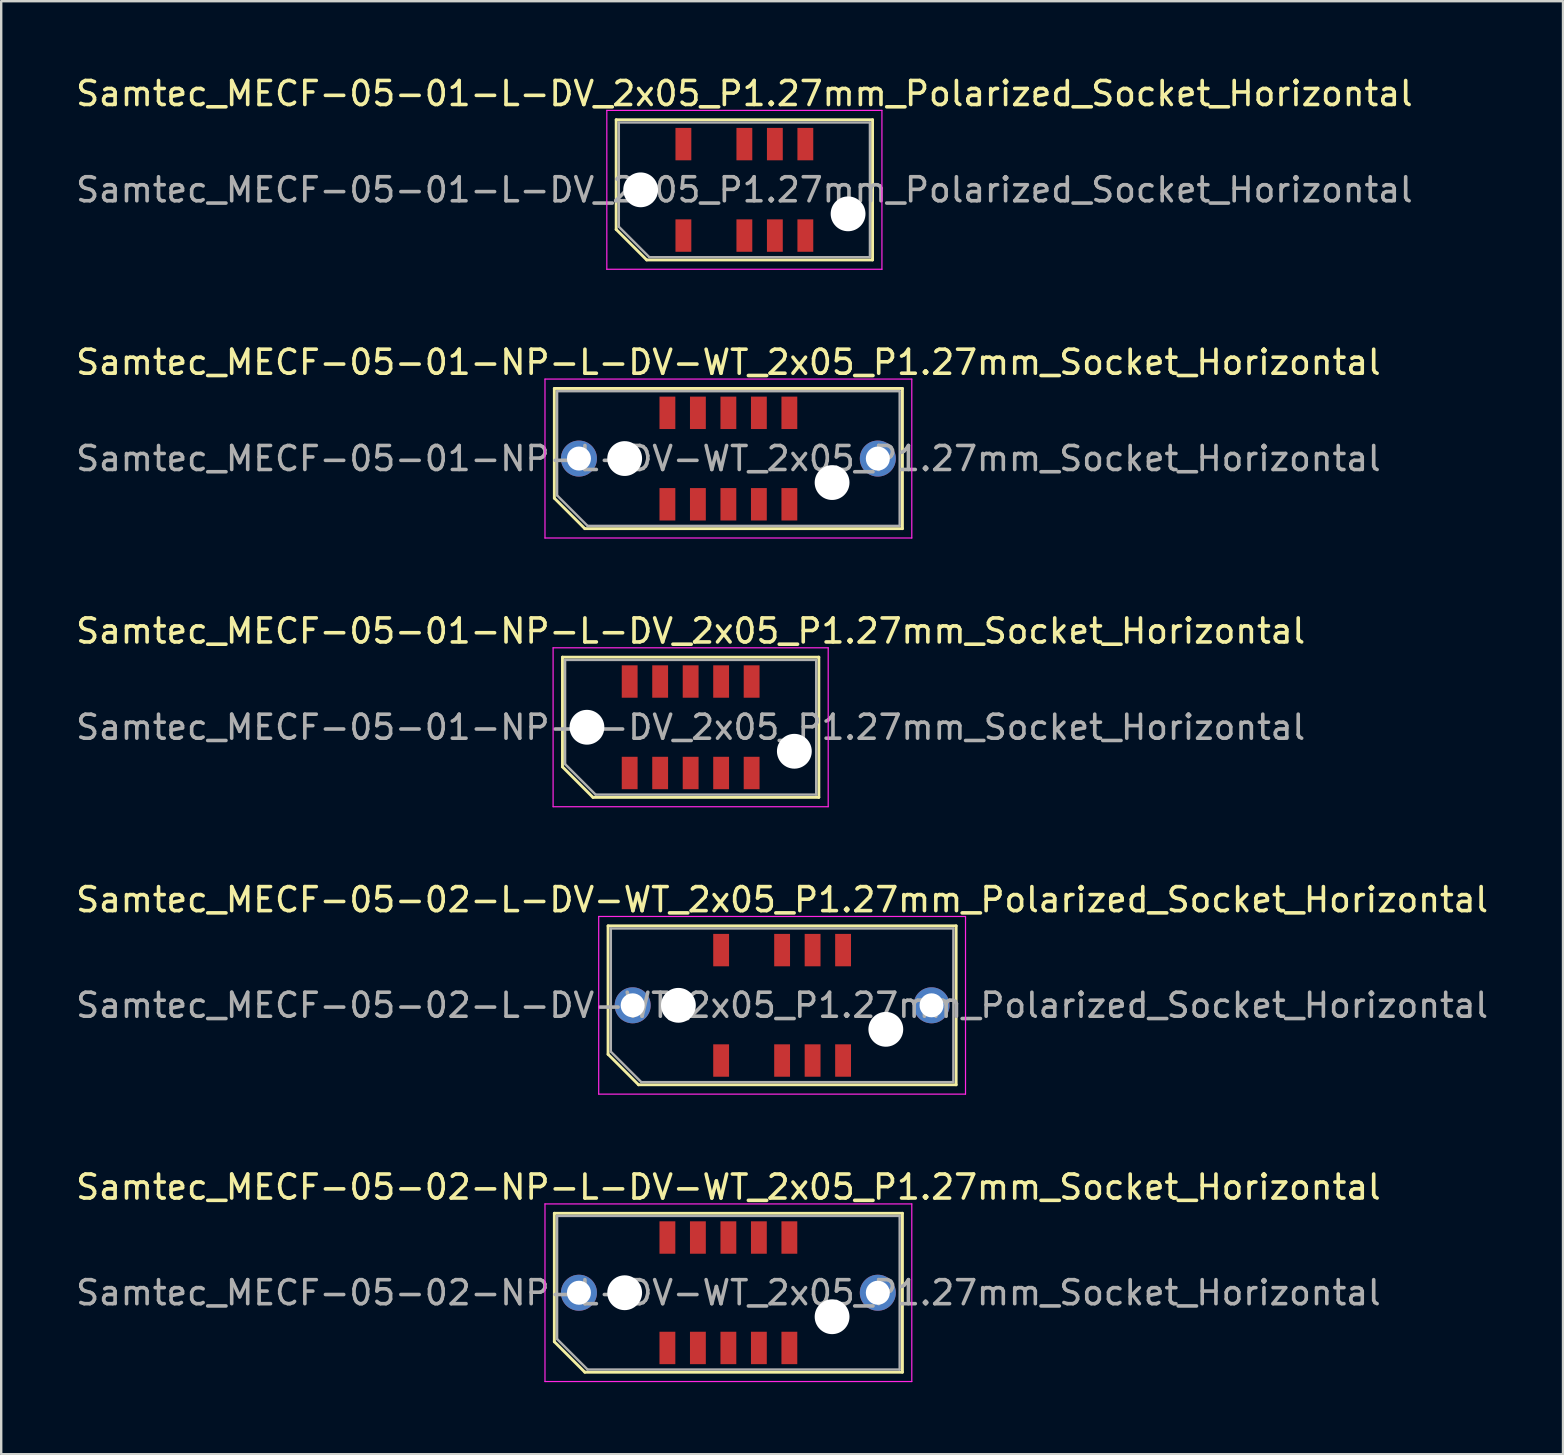
<source format=kicad_pcb>
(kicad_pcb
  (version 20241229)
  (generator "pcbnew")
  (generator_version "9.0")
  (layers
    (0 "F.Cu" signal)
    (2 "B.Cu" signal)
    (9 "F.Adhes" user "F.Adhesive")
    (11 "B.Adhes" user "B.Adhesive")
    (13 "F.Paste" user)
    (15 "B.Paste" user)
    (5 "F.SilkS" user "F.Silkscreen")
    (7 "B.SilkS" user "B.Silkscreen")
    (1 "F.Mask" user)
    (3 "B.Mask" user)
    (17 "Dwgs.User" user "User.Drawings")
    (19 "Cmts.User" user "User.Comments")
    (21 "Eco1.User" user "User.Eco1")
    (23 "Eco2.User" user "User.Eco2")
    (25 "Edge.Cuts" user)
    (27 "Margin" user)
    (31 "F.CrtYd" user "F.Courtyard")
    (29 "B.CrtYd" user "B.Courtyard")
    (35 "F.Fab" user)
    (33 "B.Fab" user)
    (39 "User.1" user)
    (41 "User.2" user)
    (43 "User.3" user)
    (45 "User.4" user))
  (footprint "Samtec_MECF-05-01-L-DV_2x05_P1.27mm_Polarized_Socket_Horizontal"
    (layer "F.Cu")
    (at 27.958 4.858)
    (property "Reference" "Samtec_MECF-05-01-L-DV_2x05_P1.27mm_Polarized_Socket_Horizontal" (at 0 -4.01 0) (layer "F.SilkS") (effects (font (size 1 1) (thickness 0.15))))
    (attr smd)
    (fp_line (start -5.34 -2.92) (end 5.34 -2.92) (stroke (width 0.12) (type solid)) (layer "F.SilkS"))
    (fp_line (start -5.34 1.65) (end -5.34 -2.92) (stroke (width 0.12) (type solid)) (layer "F.SilkS"))
    (fp_line (start -4.07 2.92) (end -5.34 1.65) (stroke (width 0.12) (type solid)) (layer "F.SilkS"))
    (fp_line (start -4.07 2.92) (end 5.34 2.92) (stroke (width 0.12) (type solid)) (layer "F.SilkS"))
    (fp_line (start 5.34 2.92) (end 5.34 -2.92) (stroke (width 0.12) (type solid)) (layer "F.SilkS"))
    (fp_line (start -5.73 -3.31) (end -5.73 3.31) (stroke (width 0.05) (type solid)) (layer "F.CrtYd"))
    (fp_line (start -5.73 3.31) (end 5.73 3.31) (stroke (width 0.05) (type solid)) (layer "F.CrtYd"))
    (fp_line (start 5.73 -3.31) (end -5.73 -3.31) (stroke (width 0.05) (type solid)) (layer "F.CrtYd"))
    (fp_line (start 5.73 3.31) (end 5.73 -3.31) (stroke (width 0.05) (type solid)) (layer "F.CrtYd"))
    (fp_line (start -5.23 -2.805) (end 5.23 -2.805) (stroke (width 0.1) (type solid)) (layer "F.Fab"))
    (fp_line (start -5.23 1.535) (end -5.23 -2.805) (stroke (width 0.1) (type solid)) (layer "F.Fab"))
    (fp_line (start -5.23 1.535) (end -3.96 2.805) (stroke (width 0.1) (type solid)) (layer "F.Fab"))
    (fp_line (start -3.96 2.805) (end 5.23 2.805) (stroke (width 0.1) (type solid)) (layer "F.Fab"))
    (fp_line (start 5.23 2.805) (end 5.23 -2.805) (stroke (width 0.1) (type solid)) (layer "F.Fab"))
    (fp_text user "${REFERENCE}" (at 0 0 0) (layer "F.Fab") (effects (font (size 1 1) (thickness 0.15))))
    (pad "" np_thru_hole circle (at -4.32 0) (size 1.45 1.45) (drill 1.45) (layers "*.Cu" "*.Mask"))
    (pad "" np_thru_hole circle (at 4.32 1) (size 1.45 1.45) (drill 1.45) (layers "*.Cu" "*.Mask"))
    (pad "1" smd rect (at -2.54 1.905) (size 0.66 1.35) (layers "F.Cu" "F.Mask" "F.Paste"))
    (pad "2" smd rect (at -2.54 -1.905) (size 0.66 1.35) (layers "F.Cu" "F.Mask" "F.Paste"))
    (pad "5" smd rect (at 0 1.905) (size 0.66 1.35) (layers "F.Cu" "F.Mask" "F.Paste"))
    (pad "6" smd rect (at 0 -1.905) (size 0.66 1.35) (layers "F.Cu" "F.Mask" "F.Paste"))
    (pad "7" smd rect (at 1.27 1.905) (size 0.66 1.35) (layers "F.Cu" "F.Mask" "F.Paste"))
    (pad "8" smd rect (at 1.27 -1.905) (size 0.66 1.35) (layers "F.Cu" "F.Mask" "F.Paste"))
    (pad "9" smd rect (at 2.54 1.905) (size 0.66 1.35) (layers "F.Cu" "F.Mask" "F.Paste"))
    (pad "10" smd rect (at 2.54 -1.905) (size 0.66 1.35) (layers "F.Cu" "F.Mask" "F.Paste")))
  (footprint "Samtec_MECF-05-01-NP-L-DV-WT_2x05_P1.27mm_Socket_Horizontal"
    (layer "F.Cu")
    (at 27.292 16.052)
    (property "Reference" "Samtec_MECF-05-01-NP-L-DV-WT_2x05_P1.27mm_Socket_Horizontal" (at 0 -4.01 0) (layer "F.SilkS") (effects (font (size 1 1) (thickness 0.15))))
    (attr smd)
    (fp_line (start -7.25 -2.92) (end 7.25 -2.92) (stroke (width 0.12) (type solid)) (layer "F.SilkS"))
    (fp_line (start -7.25 1.65) (end -7.25 -2.92) (stroke (width 0.12) (type solid)) (layer "F.SilkS"))
    (fp_line (start -5.98 2.92) (end -7.25 1.65) (stroke (width 0.12) (type solid)) (layer "F.SilkS"))
    (fp_line (start -5.98 2.92) (end 7.25 2.92) (stroke (width 0.12) (type solid)) (layer "F.SilkS"))
    (fp_line (start 7.25 2.92) (end 7.25 -2.92) (stroke (width 0.12) (type solid)) (layer "F.SilkS"))
    (fp_line (start -7.64 -3.31) (end -7.64 3.31) (stroke (width 0.05) (type solid)) (layer "F.CrtYd"))
    (fp_line (start -7.64 3.31) (end 7.64 3.31) (stroke (width 0.05) (type solid)) (layer "F.CrtYd"))
    (fp_line (start 7.64 -3.31) (end -7.64 -3.31) (stroke (width 0.05) (type solid)) (layer "F.CrtYd"))
    (fp_line (start 7.64 3.31) (end 7.64 -3.31) (stroke (width 0.05) (type solid)) (layer "F.CrtYd"))
    (fp_line (start -7.135 -2.805) (end 7.135 -2.805) (stroke (width 0.1) (type solid)) (layer "F.Fab"))
    (fp_line (start -7.135 1.535) (end -7.135 -2.805) (stroke (width 0.1) (type solid)) (layer "F.Fab"))
    (fp_line (start -7.135 1.535) (end -5.865 2.805) (stroke (width 0.1) (type solid)) (layer "F.Fab"))
    (fp_line (start -5.865 2.805) (end 7.135 2.805) (stroke (width 0.1) (type solid)) (layer "F.Fab"))
    (fp_line (start 7.135 2.805) (end 7.135 -2.805) (stroke (width 0.1) (type solid)) (layer "F.Fab"))
    (fp_text user "${REFERENCE}" (at 0 0 0) (layer "F.Fab") (effects (font (size 1 1) (thickness 0.15))))
    (pad "" thru_hole circle (at -6.225 0) (size 1.5 1.5) (drill 1) (layers "*.Cu" "*.Mask"))
    (pad "" np_thru_hole circle (at -4.32 0) (size 1.45 1.45) (drill 1.45) (layers "*.Cu" "*.Mask"))
    (pad "" np_thru_hole circle (at 4.32 1) (size 1.45 1.45) (drill 1.45) (layers "*.Cu" "*.Mask"))
    (pad "" thru_hole circle (at 6.225 0) (size 1.5 1.5) (drill 1) (layers "*.Cu" "*.Mask"))
    (pad "1" smd rect (at -2.54 1.905) (size 0.66 1.35) (layers "F.Cu" "F.Mask" "F.Paste"))
    (pad "2" smd rect (at -2.54 -1.905) (size 0.66 1.35) (layers "F.Cu" "F.Mask" "F.Paste"))
    (pad "3" smd rect (at -1.27 1.905) (size 0.66 1.35) (layers "F.Cu" "F.Mask" "F.Paste"))
    (pad "4" smd rect (at -1.27 -1.905) (size 0.66 1.35) (layers "F.Cu" "F.Mask" "F.Paste"))
    (pad "5" smd rect (at 0 1.905) (size 0.66 1.35) (layers "F.Cu" "F.Mask" "F.Paste"))
    (pad "6" smd rect (at 0 -1.905) (size 0.66 1.35) (layers "F.Cu" "F.Mask" "F.Paste"))
    (pad "7" smd rect (at 1.27 1.905) (size 0.66 1.35) (layers "F.Cu" "F.Mask" "F.Paste"))
    (pad "8" smd rect (at 1.27 -1.905) (size 0.66 1.35) (layers "F.Cu" "F.Mask" "F.Paste"))
    (pad "9" smd rect (at 2.54 1.905) (size 0.66 1.35) (layers "F.Cu" "F.Mask" "F.Paste"))
    (pad "10" smd rect (at 2.54 -1.905) (size 0.66 1.35) (layers "F.Cu" "F.Mask" "F.Paste")))
  (footprint "Samtec_MECF-05-02-NP-L-DV-WT_2x05_P1.27mm_Socket_Horizontal"
    (layer "F.Cu")
    (at 27.292 50.801)
    (property "Reference" "Samtec_MECF-05-02-NP-L-DV-WT_2x05_P1.27mm_Socket_Horizontal" (at 0 -4.4 0) (layer "F.SilkS") (effects (font (size 1 1) (thickness 0.15))))
    (attr smd)
    (fp_line (start -7.25 -3.31) (end 7.25 -3.31) (stroke (width 0.12) (type solid)) (layer "F.SilkS"))
    (fp_line (start -7.25 2.04) (end -7.25 -3.31) (stroke (width 0.12) (type solid)) (layer "F.SilkS"))
    (fp_line (start -5.98 3.31) (end -7.25 2.04) (stroke (width 0.12) (type solid)) (layer "F.SilkS"))
    (fp_line (start -5.98 3.31) (end 7.25 3.31) (stroke (width 0.12) (type solid)) (layer "F.SilkS"))
    (fp_line (start 7.25 3.31) (end 7.25 -3.31) (stroke (width 0.12) (type solid)) (layer "F.SilkS"))
    (fp_line (start -7.64 -3.7) (end -7.64 3.7) (stroke (width 0.05) (type solid)) (layer "F.CrtYd"))
    (fp_line (start -7.64 3.7) (end 7.64 3.7) (stroke (width 0.05) (type solid)) (layer "F.CrtYd"))
    (fp_line (start 7.64 -3.7) (end -7.64 -3.7) (stroke (width 0.05) (type solid)) (layer "F.CrtYd"))
    (fp_line (start 7.64 3.7) (end 7.64 -3.7) (stroke (width 0.05) (type solid)) (layer "F.CrtYd"))
    (fp_line (start -7.135 -3.2) (end 7.135 -3.2) (stroke (width 0.1) (type solid)) (layer "F.Fab"))
    (fp_line (start -7.135 1.93) (end -7.135 -3.2) (stroke (width 0.1) (type solid)) (layer "F.Fab"))
    (fp_line (start -7.135 1.93) (end -5.865 3.2) (stroke (width 0.1) (type solid)) (layer "F.Fab"))
    (fp_line (start -5.865 3.2) (end 7.135 3.2) (stroke (width 0.1) (type solid)) (layer "F.Fab"))
    (fp_line (start 7.135 3.2) (end 7.135 -3.2) (stroke (width 0.1) (type solid)) (layer "F.Fab"))
    (fp_text user "${REFERENCE}" (at 0 0 0) (layer "F.Fab") (effects (font (size 1 1) (thickness 0.15))))
    (pad "" thru_hole circle (at -6.225 0) (size 1.5 1.5) (drill 1) (layers "*.Cu" "*.Mask"))
    (pad "" np_thru_hole circle (at -4.32 0) (size 1.45 1.45) (drill 1.45) (layers "*.Cu" "*.Mask"))
    (pad "" np_thru_hole circle (at 4.32 1) (size 1.45 1.45) (drill 1.45) (layers "*.Cu" "*.Mask"))
    (pad "" thru_hole circle (at 6.225 0) (size 1.5 1.5) (drill 1) (layers "*.Cu" "*.Mask"))
    (pad "1" smd rect (at -2.54 2.3) (size 0.66 1.35) (layers "F.Cu" "F.Mask" "F.Paste"))
    (pad "2" smd rect (at -2.54 -2.3) (size 0.66 1.35) (layers "F.Cu" "F.Mask" "F.Paste"))
    (pad "3" smd rect (at -1.27 2.3) (size 0.66 1.35) (layers "F.Cu" "F.Mask" "F.Paste"))
    (pad "4" smd rect (at -1.27 -2.3) (size 0.66 1.35) (layers "F.Cu" "F.Mask" "F.Paste"))
    (pad "5" smd rect (at 0 2.3) (size 0.66 1.35) (layers "F.Cu" "F.Mask" "F.Paste"))
    (pad "6" smd rect (at 0 -2.3) (size 0.66 1.35) (layers "F.Cu" "F.Mask" "F.Paste"))
    (pad "7" smd rect (at 1.27 2.3) (size 0.66 1.35) (layers "F.Cu" "F.Mask" "F.Paste"))
    (pad "8" smd rect (at 1.27 -2.3) (size 0.66 1.35) (layers "F.Cu" "F.Mask" "F.Paste"))
    (pad "9" smd rect (at 2.54 2.3) (size 0.66 1.35) (layers "F.Cu" "F.Mask" "F.Paste"))
    (pad "10" smd rect (at 2.54 -2.3) (size 0.66 1.35) (layers "F.Cu" "F.Mask" "F.Paste")))
  (footprint "Samtec_MECF-05-02-L-DV-WT_2x05_P1.27mm_Polarized_Socket_Horizontal"
    (layer "F.Cu")
    (at 29.53 38.828)
    (property "Reference" "Samtec_MECF-05-02-L-DV-WT_2x05_P1.27mm_Polarized_Socket_Horizontal" (at 0 -4.4 0) (layer "F.SilkS") (effects (font (size 1 1) (thickness 0.15))))
    (attr smd)
    (fp_line (start -7.25 -3.31) (end 7.25 -3.31) (stroke (width 0.12) (type solid)) (layer "F.SilkS"))
    (fp_line (start -7.25 2.04) (end -7.25 -3.31) (stroke (width 0.12) (type solid)) (layer "F.SilkS"))
    (fp_line (start -5.98 3.31) (end -7.25 2.04) (stroke (width 0.12) (type solid)) (layer "F.SilkS"))
    (fp_line (start -5.98 3.31) (end 7.25 3.31) (stroke (width 0.12) (type solid)) (layer "F.SilkS"))
    (fp_line (start 7.25 3.31) (end 7.25 -3.31) (stroke (width 0.12) (type solid)) (layer "F.SilkS"))
    (fp_line (start -7.64 -3.7) (end -7.64 3.7) (stroke (width 0.05) (type solid)) (layer "F.CrtYd"))
    (fp_line (start -7.64 3.7) (end 7.64 3.7) (stroke (width 0.05) (type solid)) (layer "F.CrtYd"))
    (fp_line (start 7.64 -3.7) (end -7.64 -3.7) (stroke (width 0.05) (type solid)) (layer "F.CrtYd"))
    (fp_line (start 7.64 3.7) (end 7.64 -3.7) (stroke (width 0.05) (type solid)) (layer "F.CrtYd"))
    (fp_line (start -7.135 -3.2) (end 7.135 -3.2) (stroke (width 0.1) (type solid)) (layer "F.Fab"))
    (fp_line (start -7.135 1.93) (end -7.135 -3.2) (stroke (width 0.1) (type solid)) (layer "F.Fab"))
    (fp_line (start -7.135 1.93) (end -5.865 3.2) (stroke (width 0.1) (type solid)) (layer "F.Fab"))
    (fp_line (start -5.865 3.2) (end 7.135 3.2) (stroke (width 0.1) (type solid)) (layer "F.Fab"))
    (fp_line (start 7.135 3.2) (end 7.135 -3.2) (stroke (width 0.1) (type solid)) (layer "F.Fab"))
    (fp_text user "${REFERENCE}" (at 0 0 0) (layer "F.Fab") (effects (font (size 1 1) (thickness 0.15))))
    (pad "" thru_hole circle (at -6.225 0) (size 1.5 1.5) (drill 1) (layers "*.Cu" "*.Mask"))
    (pad "" np_thru_hole circle (at -4.32 0) (size 1.45 1.45) (drill 1.45) (layers "*.Cu" "*.Mask"))
    (pad "" np_thru_hole circle (at 4.32 1) (size 1.45 1.45) (drill 1.45) (layers "*.Cu" "*.Mask"))
    (pad "" thru_hole circle (at 6.225 0) (size 1.5 1.5) (drill 1) (layers "*.Cu" "*.Mask"))
    (pad "1" smd rect (at -2.54 2.3) (size 0.66 1.35) (layers "F.Cu" "F.Mask" "F.Paste"))
    (pad "2" smd rect (at -2.54 -2.3) (size 0.66 1.35) (layers "F.Cu" "F.Mask" "F.Paste"))
    (pad "5" smd rect (at 0 2.3) (size 0.66 1.35) (layers "F.Cu" "F.Mask" "F.Paste"))
    (pad "6" smd rect (at 0 -2.3) (size 0.66 1.35) (layers "F.Cu" "F.Mask" "F.Paste"))
    (pad "7" smd rect (at 1.27 2.3) (size 0.66 1.35) (layers "F.Cu" "F.Mask" "F.Paste"))
    (pad "8" smd rect (at 1.27 -2.3) (size 0.66 1.35) (layers "F.Cu" "F.Mask" "F.Paste"))
    (pad "9" smd rect (at 2.54 2.3) (size 0.66 1.35) (layers "F.Cu" "F.Mask" "F.Paste"))
    (pad "10" smd rect (at 2.54 -2.3) (size 0.66 1.35) (layers "F.Cu" "F.Mask" "F.Paste")))
  (footprint "Samtec_MECF-05-01-NP-L-DV_2x05_P1.27mm_Socket_Horizontal"
    (layer "F.Cu")
    (at 25.72 27.245)
    (property "Reference" "Samtec_MECF-05-01-NP-L-DV_2x05_P1.27mm_Socket_Horizontal" (at 0 -4.01 0) (layer "F.SilkS") (effects (font (size 1 1) (thickness 0.15))))
    (attr smd)
    (fp_line (start -5.34 -2.92) (end 5.34 -2.92) (stroke (width 0.12) (type solid)) (layer "F.SilkS"))
    (fp_line (start -5.34 1.65) (end -5.34 -2.92) (stroke (width 0.12) (type solid)) (layer "F.SilkS"))
    (fp_line (start -4.07 2.92) (end -5.34 1.65) (stroke (width 0.12) (type solid)) (layer "F.SilkS"))
    (fp_line (start -4.07 2.92) (end 5.34 2.92) (stroke (width 0.12) (type solid)) (layer "F.SilkS"))
    (fp_line (start 5.34 2.92) (end 5.34 -2.92) (stroke (width 0.12) (type solid)) (layer "F.SilkS"))
    (fp_line (start -5.73 -3.31) (end -5.73 3.31) (stroke (width 0.05) (type solid)) (layer "F.CrtYd"))
    (fp_line (start -5.73 3.31) (end 5.73 3.31) (stroke (width 0.05) (type solid)) (layer "F.CrtYd"))
    (fp_line (start 5.73 -3.31) (end -5.73 -3.31) (stroke (width 0.05) (type solid)) (layer "F.CrtYd"))
    (fp_line (start 5.73 3.31) (end 5.73 -3.31) (stroke (width 0.05) (type solid)) (layer "F.CrtYd"))
    (fp_line (start -5.23 -2.805) (end 5.23 -2.805) (stroke (width 0.1) (type solid)) (layer "F.Fab"))
    (fp_line (start -5.23 1.535) (end -5.23 -2.805) (stroke (width 0.1) (type solid)) (layer "F.Fab"))
    (fp_line (start -5.23 1.535) (end -3.96 2.805) (stroke (width 0.1) (type solid)) (layer "F.Fab"))
    (fp_line (start -3.96 2.805) (end 5.23 2.805) (stroke (width 0.1) (type solid)) (layer "F.Fab"))
    (fp_line (start 5.23 2.805) (end 5.23 -2.805) (stroke (width 0.1) (type solid)) (layer "F.Fab"))
    (fp_text user "${REFERENCE}" (at 0 0 0) (layer "F.Fab") (effects (font (size 1 1) (thickness 0.15))))
    (pad "" np_thru_hole circle (at -4.32 0) (size 1.45 1.45) (drill 1.45) (layers "*.Cu" "*.Mask"))
    (pad "" np_thru_hole circle (at 4.32 1) (size 1.45 1.45) (drill 1.45) (layers "*.Cu" "*.Mask"))
    (pad "1" smd rect (at -2.54 1.905) (size 0.66 1.35) (layers "F.Cu" "F.Mask" "F.Paste"))
    (pad "2" smd rect (at -2.54 -1.905) (size 0.66 1.35) (layers "F.Cu" "F.Mask" "F.Paste"))
    (pad "3" smd rect (at -1.27 1.905) (size 0.66 1.35) (layers "F.Cu" "F.Mask" "F.Paste"))
    (pad "4" smd rect (at -1.27 -1.905) (size 0.66 1.35) (layers "F.Cu" "F.Mask" "F.Paste"))
    (pad "5" smd rect (at 0 1.905) (size 0.66 1.35) (layers "F.Cu" "F.Mask" "F.Paste"))
    (pad "6" smd rect (at 0 -1.905) (size 0.66 1.35) (layers "F.Cu" "F.Mask" "F.Paste"))
    (pad "7" smd rect (at 1.27 1.905) (size 0.66 1.35) (layers "F.Cu" "F.Mask" "F.Paste"))
    (pad "8" smd rect (at 1.27 -1.905) (size 0.66 1.35) (layers "F.Cu" "F.Mask" "F.Paste"))
    (pad "9" smd rect (at 2.54 1.905) (size 0.66 1.35) (layers "F.Cu" "F.Mask" "F.Paste"))
    (pad "10" smd rect (at 2.54 -1.905) (size 0.66 1.35) (layers "F.Cu" "F.Mask" "F.Paste")))
  (gr_rect
    (start -3 -3)
    (end 62.06 57.526)
    (stroke (width 0.1) (type default))
    (fill no)
    (layer "Edge.Cuts")))
</source>
